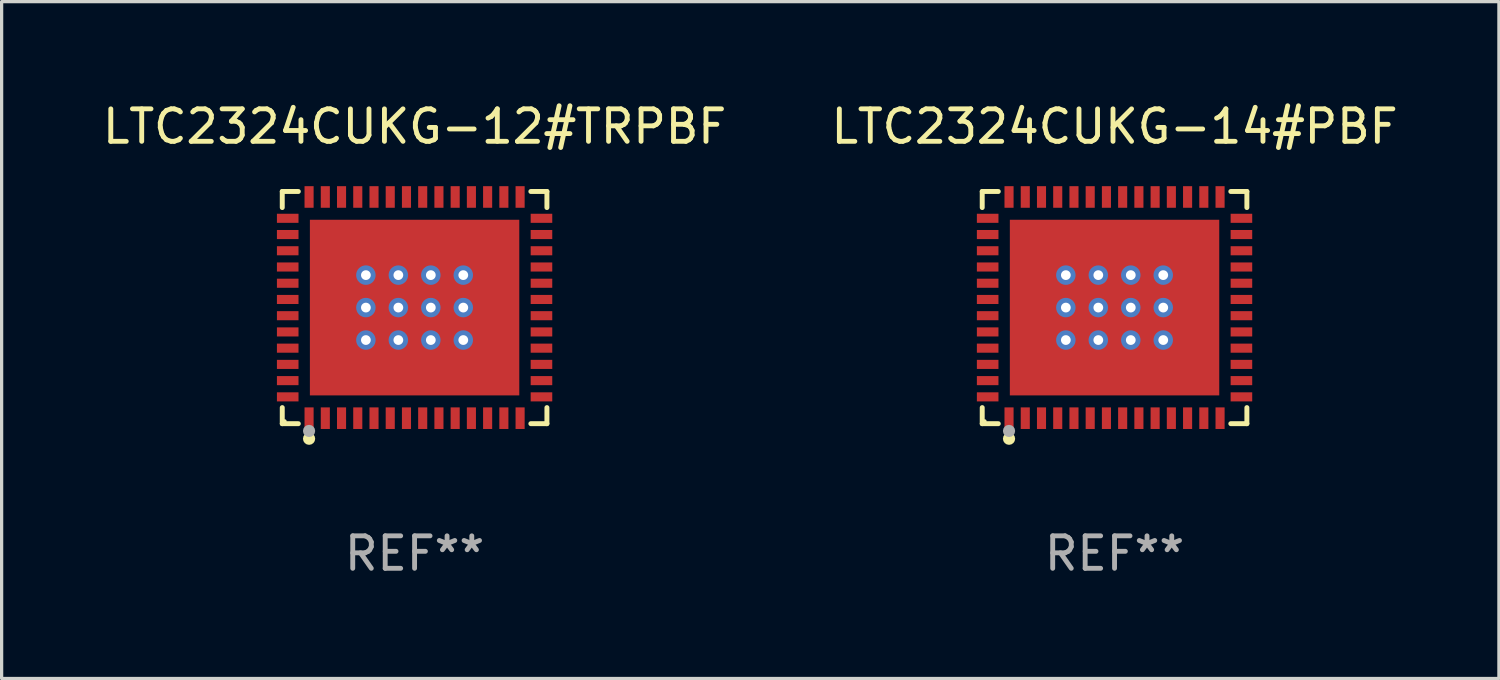
<source format=kicad_pcb>
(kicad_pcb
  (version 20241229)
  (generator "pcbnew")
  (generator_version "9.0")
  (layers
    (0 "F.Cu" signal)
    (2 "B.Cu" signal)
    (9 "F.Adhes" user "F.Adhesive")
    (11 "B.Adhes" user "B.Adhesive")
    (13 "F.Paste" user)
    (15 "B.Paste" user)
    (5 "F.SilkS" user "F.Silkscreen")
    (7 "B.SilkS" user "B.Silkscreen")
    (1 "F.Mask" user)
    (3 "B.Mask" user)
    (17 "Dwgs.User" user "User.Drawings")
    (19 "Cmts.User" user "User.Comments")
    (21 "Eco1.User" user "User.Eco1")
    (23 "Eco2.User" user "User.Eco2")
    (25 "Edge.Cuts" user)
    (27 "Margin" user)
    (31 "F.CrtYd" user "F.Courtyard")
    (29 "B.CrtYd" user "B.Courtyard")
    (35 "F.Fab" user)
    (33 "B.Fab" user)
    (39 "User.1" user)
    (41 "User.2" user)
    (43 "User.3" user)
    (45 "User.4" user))
  (footprint "LTC2324CUKG-14#PBF"
    (layer "F.Cu")
    (at 31.28 6.424)
    (property "Reference" "LTC2324CUKG-14#PBF" (at 0 -5.576 0) (layer "F.SilkS") (effects (font (size 1 1) (thickness 0.15))))
    (attr through_hole)
    (fp_line (start -4.076 -3.576) (end -3.581 -3.576) (stroke (width 0.152) (type solid)) (layer "F.SilkS"))
    (fp_line (start -4.076 -3.081) (end -4.076 -3.576) (stroke (width 0.152) (type solid)) (layer "F.SilkS"))
    (fp_line (start -4.076 3.081) (end -4.076 3.576) (stroke (width 0.152) (type solid)) (layer "F.SilkS"))
    (fp_line (start -4.076 3.576) (end -3.581 3.576) (stroke (width 0.152) (type solid)) (layer "F.SilkS"))
    (fp_line (start 4.076 -3.576) (end 3.581 -3.576) (stroke (width 0.152) (type solid)) (layer "F.SilkS"))
    (fp_line (start 4.076 -3.081) (end 4.076 -3.576) (stroke (width 0.152) (type solid)) (layer "F.SilkS"))
    (fp_line (start 4.076 3.081) (end 4.076 3.576) (stroke (width 0.152) (type solid)) (layer "F.SilkS"))
    (fp_line (start 4.076 3.576) (end 3.581 3.576) (stroke (width 0.152) (type solid)) (layer "F.SilkS"))
    (fp_circle (center -4 3.5) (end -3.97 3.5) (stroke (width 0.06) (type solid)) (fill no) (layer "F.SilkS"))
    (fp_circle (center -3.25 4.04) (end -3.156 4.04) (stroke (width 0.188) (type solid)) (fill no) (layer "F.SilkS"))
    (fp_circle (center -3.25 3.8) (end -3.156 3.8) (stroke (width 0.188) (type solid)) (fill no) (layer "F.Fab"))
    (fp_text user "REF**" (at 0 7.576 0) (layer "F.Fab") (effects (font (size 1 1) (thickness 0.15))))
    (pad "1" smd rect (at -3.25 3.407) (size 0.28 0.665) (layers "F.Cu" "F.Mask" "F.Paste"))
    (pad "2" smd rect (at -2.75 3.407) (size 0.28 0.665) (layers "F.Cu" "F.Mask" "F.Paste"))
    (pad "3" smd rect (at -2.25 3.407) (size 0.28 0.665) (layers "F.Cu" "F.Mask" "F.Paste"))
    (pad "4" smd rect (at -1.75 3.407) (size 0.28 0.665) (layers "F.Cu" "F.Mask" "F.Paste"))
    (pad "5" smd rect (at -1.25 3.407) (size 0.28 0.665) (layers "F.Cu" "F.Mask" "F.Paste"))
    (pad "6" smd rect (at -0.75 3.407) (size 0.28 0.665) (layers "F.Cu" "F.Mask" "F.Paste"))
    (pad "7" smd rect (at -0.25 3.407) (size 0.28 0.665) (layers "F.Cu" "F.Mask" "F.Paste"))
    (pad "8" smd rect (at 0.25 3.407) (size 0.28 0.665) (layers "F.Cu" "F.Mask" "F.Paste"))
    (pad "9" smd rect (at 0.75 3.407) (size 0.28 0.665) (layers "F.Cu" "F.Mask" "F.Paste"))
    (pad "10" smd rect (at 1.25 3.407) (size 0.28 0.665) (layers "F.Cu" "F.Mask" "F.Paste"))
    (pad "11" smd rect (at 1.75 3.407) (size 0.28 0.665) (layers "F.Cu" "F.Mask" "F.Paste"))
    (pad "12" smd rect (at 2.25 3.407) (size 0.28 0.665) (layers "F.Cu" "F.Mask" "F.Paste"))
    (pad "13" smd rect (at 2.75 3.407) (size 0.28 0.665) (layers "F.Cu" "F.Mask" "F.Paste"))
    (pad "14" smd rect (at 3.25 3.407) (size 0.28 0.665) (layers "F.Cu" "F.Mask" "F.Paste"))
    (pad "15" smd rect (at 3.908 2.75) (size 0.665 0.28) (layers "F.Cu" "F.Mask" "F.Paste"))
    (pad "16" smd rect (at 3.908 2.25) (size 0.665 0.28) (layers "F.Cu" "F.Mask" "F.Paste"))
    (pad "17" smd rect (at 3.908 1.75) (size 0.665 0.28) (layers "F.Cu" "F.Mask" "F.Paste"))
    (pad "18" smd rect (at 3.908 1.25) (size 0.665 0.28) (layers "F.Cu" "F.Mask" "F.Paste"))
    (pad "19" smd rect (at 3.908 0.75) (size 0.665 0.28) (layers "F.Cu" "F.Mask" "F.Paste"))
    (pad "20" smd rect (at 3.908 0.25) (size 0.665 0.28) (layers "F.Cu" "F.Mask" "F.Paste"))
    (pad "21" smd rect (at 3.908 -0.25) (size 0.665 0.28) (layers "F.Cu" "F.Mask" "F.Paste"))
    (pad "22" smd rect (at 3.908 -0.75) (size 0.665 0.28) (layers "F.Cu" "F.Mask" "F.Paste"))
    (pad "23" smd rect (at 3.908 -1.25) (size 0.665 0.28) (layers "F.Cu" "F.Mask" "F.Paste"))
    (pad "24" smd rect (at 3.908 -1.75) (size 0.665 0.28) (layers "F.Cu" "F.Mask" "F.Paste"))
    (pad "25" smd rect (at 3.908 -2.25) (size 0.665 0.28) (layers "F.Cu" "F.Mask" "F.Paste"))
    (pad "26" smd rect (at 3.908 -2.75) (size 0.665 0.28) (layers "F.Cu" "F.Mask" "F.Paste"))
    (pad "27" smd rect (at 3.25 -3.407) (size 0.28 0.665) (layers "F.Cu" "F.Mask" "F.Paste"))
    (pad "28" smd rect (at 2.75 -3.407) (size 0.28 0.665) (layers "F.Cu" "F.Mask" "F.Paste"))
    (pad "29" smd rect (at 2.25 -3.407) (size 0.28 0.665) (layers "F.Cu" "F.Mask" "F.Paste"))
    (pad "30" smd rect (at 1.75 -3.407) (size 0.28 0.665) (layers "F.Cu" "F.Mask" "F.Paste"))
    (pad "31" smd rect (at 1.25 -3.407) (size 0.28 0.665) (layers "F.Cu" "F.Mask" "F.Paste"))
    (pad "32" smd rect (at 0.75 -3.407) (size 0.28 0.665) (layers "F.Cu" "F.Mask" "F.Paste"))
    (pad "33" smd rect (at 0.25 -3.407) (size 0.28 0.665) (layers "F.Cu" "F.Mask" "F.Paste"))
    (pad "34" smd rect (at -0.25 -3.407) (size 0.28 0.665) (layers "F.Cu" "F.Mask" "F.Paste"))
    (pad "35" smd rect (at -0.75 -3.407) (size 0.28 0.665) (layers "F.Cu" "F.Mask" "F.Paste"))
    (pad "36" smd rect (at -1.25 -3.407) (size 0.28 0.665) (layers "F.Cu" "F.Mask" "F.Paste"))
    (pad "37" smd rect (at -1.75 -3.407) (size 0.28 0.665) (layers "F.Cu" "F.Mask" "F.Paste"))
    (pad "38" smd rect (at -2.25 -3.407) (size 0.28 0.665) (layers "F.Cu" "F.Mask" "F.Paste"))
    (pad "39" smd rect (at -2.75 -3.407) (size 0.28 0.665) (layers "F.Cu" "F.Mask" "F.Paste"))
    (pad "40" smd rect (at -3.25 -3.407) (size 0.28 0.665) (layers "F.Cu" "F.Mask" "F.Paste"))
    (pad "41" smd rect (at -3.908 -2.75) (size 0.665 0.28) (layers "F.Cu" "F.Mask" "F.Paste"))
    (pad "42" smd rect (at -3.908 -2.25) (size 0.665 0.28) (layers "F.Cu" "F.Mask" "F.Paste"))
    (pad "43" smd rect (at -3.908 -1.75) (size 0.665 0.28) (layers "F.Cu" "F.Mask" "F.Paste"))
    (pad "44" smd rect (at -3.908 -1.25) (size 0.665 0.28) (layers "F.Cu" "F.Mask" "F.Paste"))
    (pad "45" smd rect (at -3.908 -0.75) (size 0.665 0.28) (layers "F.Cu" "F.Mask" "F.Paste"))
    (pad "46" smd rect (at -3.908 -0.25) (size 0.665 0.28) (layers "F.Cu" "F.Mask" "F.Paste"))
    (pad "47" smd rect (at -3.908 0.25) (size 0.665 0.28) (layers "F.Cu" "F.Mask" "F.Paste"))
    (pad "48" smd rect (at -3.908 0.75) (size 0.665 0.28) (layers "F.Cu" "F.Mask" "F.Paste"))
    (pad "49" smd rect (at -3.908 1.25) (size 0.665 0.28) (layers "F.Cu" "F.Mask" "F.Paste"))
    (pad "50" smd rect (at -3.908 1.75) (size 0.665 0.28) (layers "F.Cu" "F.Mask" "F.Paste"))
    (pad "51" smd rect (at -3.908 2.25) (size 0.665 0.28) (layers "F.Cu" "F.Mask" "F.Paste"))
    (pad "52" smd rect (at -3.908 2.75) (size 0.665 0.28) (layers "F.Cu" "F.Mask" "F.Paste"))
    (pad "53" thru_hole circle (at -1.5 -1) (size 0.6 0.6) (drill 0.3) (layers "*.Cu" "*.Mask"))
    (pad "53" thru_hole circle (at -1.5 0) (size 0.6 0.6) (drill 0.3) (layers "*.Cu" "*.Mask"))
    (pad "53" thru_hole circle (at -1.5 1) (size 0.6 0.6) (drill 0.3) (layers "*.Cu" "*.Mask"))
    (pad "53" thru_hole circle (at -0.5 -1) (size 0.6 0.6) (drill 0.3) (layers "*.Cu" "*.Mask"))
    (pad "53" thru_hole circle (at -0.5 0) (size 0.6 0.6) (drill 0.3) (layers "*.Cu" "*.Mask"))
    (pad "53" thru_hole circle (at -0.5 1) (size 0.6 0.6) (drill 0.3) (layers "*.Cu" "*.Mask"))
    (pad "53" smd rect (at 0 0) (size 6.45 5.41) (layers "F.Cu" "F.Mask" "F.Paste"))
    (pad "53" thru_hole circle (at 0.5 -1) (size 0.6 0.6) (drill 0.3) (layers "*.Cu" "*.Mask"))
    (pad "53" thru_hole circle (at 0.5 0) (size 0.6 0.6) (drill 0.3) (layers "*.Cu" "*.Mask"))
    (pad "53" thru_hole circle (at 0.5 1) (size 0.6 0.6) (drill 0.3) (layers "*.Cu" "*.Mask"))
    (pad "53" thru_hole circle (at 1.5 -1) (size 0.6 0.6) (drill 0.3) (layers "*.Cu" "*.Mask"))
    (pad "53" thru_hole circle (at 1.5 0) (size 0.6 0.6) (drill 0.3) (layers "*.Cu" "*.Mask"))
    (pad "53" thru_hole circle (at 1.5 1) (size 0.6 0.6) (drill 0.3) (layers "*.Cu" "*.Mask")))
  (footprint "LTC2324CUKG-12#TRPBF"
    (layer "F.Cu")
    (at 9.72 6.424)
    (property "Reference" "LTC2324CUKG-12#TRPBF" (at 0 -5.576 0) (layer "F.SilkS") (effects (font (size 1 1) (thickness 0.15))))
    (attr through_hole)
    (fp_line (start -4.076 -3.576) (end -3.581 -3.576) (stroke (width 0.152) (type solid)) (layer "F.SilkS"))
    (fp_line (start -4.076 -3.081) (end -4.076 -3.576) (stroke (width 0.152) (type solid)) (layer "F.SilkS"))
    (fp_line (start -4.076 3.081) (end -4.076 3.576) (stroke (width 0.152) (type solid)) (layer "F.SilkS"))
    (fp_line (start -4.076 3.576) (end -3.581 3.576) (stroke (width 0.152) (type solid)) (layer "F.SilkS"))
    (fp_line (start 4.076 -3.576) (end 3.581 -3.576) (stroke (width 0.152) (type solid)) (layer "F.SilkS"))
    (fp_line (start 4.076 -3.081) (end 4.076 -3.576) (stroke (width 0.152) (type solid)) (layer "F.SilkS"))
    (fp_line (start 4.076 3.081) (end 4.076 3.576) (stroke (width 0.152) (type solid)) (layer "F.SilkS"))
    (fp_line (start 4.076 3.576) (end 3.581 3.576) (stroke (width 0.152) (type solid)) (layer "F.SilkS"))
    (fp_circle (center -4 3.5) (end -3.97 3.5) (stroke (width 0.06) (type solid)) (fill no) (layer "F.SilkS"))
    (fp_circle (center -3.25 4.04) (end -3.156 4.04) (stroke (width 0.188) (type solid)) (fill no) (layer "F.SilkS"))
    (fp_circle (center -3.25 3.8) (end -3.156 3.8) (stroke (width 0.188) (type solid)) (fill no) (layer "F.Fab"))
    (fp_text user "REF**" (at 0 7.576 0) (layer "F.Fab") (effects (font (size 1 1) (thickness 0.15))))
    (pad "1" smd rect (at -3.25 3.407) (size 0.28 0.665) (layers "F.Cu" "F.Mask" "F.Paste"))
    (pad "2" smd rect (at -2.75 3.407) (size 0.28 0.665) (layers "F.Cu" "F.Mask" "F.Paste"))
    (pad "3" smd rect (at -2.25 3.407) (size 0.28 0.665) (layers "F.Cu" "F.Mask" "F.Paste"))
    (pad "4" smd rect (at -1.75 3.407) (size 0.28 0.665) (layers "F.Cu" "F.Mask" "F.Paste"))
    (pad "5" smd rect (at -1.25 3.407) (size 0.28 0.665) (layers "F.Cu" "F.Mask" "F.Paste"))
    (pad "6" smd rect (at -0.75 3.407) (size 0.28 0.665) (layers "F.Cu" "F.Mask" "F.Paste"))
    (pad "7" smd rect (at -0.25 3.407) (size 0.28 0.665) (layers "F.Cu" "F.Mask" "F.Paste"))
    (pad "8" smd rect (at 0.25 3.407) (size 0.28 0.665) (layers "F.Cu" "F.Mask" "F.Paste"))
    (pad "9" smd rect (at 0.75 3.407) (size 0.28 0.665) (layers "F.Cu" "F.Mask" "F.Paste"))
    (pad "10" smd rect (at 1.25 3.407) (size 0.28 0.665) (layers "F.Cu" "F.Mask" "F.Paste"))
    (pad "11" smd rect (at 1.75 3.407) (size 0.28 0.665) (layers "F.Cu" "F.Mask" "F.Paste"))
    (pad "12" smd rect (at 2.25 3.407) (size 0.28 0.665) (layers "F.Cu" "F.Mask" "F.Paste"))
    (pad "13" smd rect (at 2.75 3.407) (size 0.28 0.665) (layers "F.Cu" "F.Mask" "F.Paste"))
    (pad "14" smd rect (at 3.25 3.407) (size 0.28 0.665) (layers "F.Cu" "F.Mask" "F.Paste"))
    (pad "15" smd rect (at 3.908 2.75) (size 0.665 0.28) (layers "F.Cu" "F.Mask" "F.Paste"))
    (pad "16" smd rect (at 3.908 2.25) (size 0.665 0.28) (layers "F.Cu" "F.Mask" "F.Paste"))
    (pad "17" smd rect (at 3.908 1.75) (size 0.665 0.28) (layers "F.Cu" "F.Mask" "F.Paste"))
    (pad "18" smd rect (at 3.908 1.25) (size 0.665 0.28) (layers "F.Cu" "F.Mask" "F.Paste"))
    (pad "19" smd rect (at 3.908 0.75) (size 0.665 0.28) (layers "F.Cu" "F.Mask" "F.Paste"))
    (pad "20" smd rect (at 3.908 0.25) (size 0.665 0.28) (layers "F.Cu" "F.Mask" "F.Paste"))
    (pad "21" smd rect (at 3.908 -0.25) (size 0.665 0.28) (layers "F.Cu" "F.Mask" "F.Paste"))
    (pad "22" smd rect (at 3.908 -0.75) (size 0.665 0.28) (layers "F.Cu" "F.Mask" "F.Paste"))
    (pad "23" smd rect (at 3.908 -1.25) (size 0.665 0.28) (layers "F.Cu" "F.Mask" "F.Paste"))
    (pad "24" smd rect (at 3.908 -1.75) (size 0.665 0.28) (layers "F.Cu" "F.Mask" "F.Paste"))
    (pad "25" smd rect (at 3.908 -2.25) (size 0.665 0.28) (layers "F.Cu" "F.Mask" "F.Paste"))
    (pad "26" smd rect (at 3.908 -2.75) (size 0.665 0.28) (layers "F.Cu" "F.Mask" "F.Paste"))
    (pad "27" smd rect (at 3.25 -3.407) (size 0.28 0.665) (layers "F.Cu" "F.Mask" "F.Paste"))
    (pad "28" smd rect (at 2.75 -3.407) (size 0.28 0.665) (layers "F.Cu" "F.Mask" "F.Paste"))
    (pad "29" smd rect (at 2.25 -3.407) (size 0.28 0.665) (layers "F.Cu" "F.Mask" "F.Paste"))
    (pad "30" smd rect (at 1.75 -3.407) (size 0.28 0.665) (layers "F.Cu" "F.Mask" "F.Paste"))
    (pad "31" smd rect (at 1.25 -3.407) (size 0.28 0.665) (layers "F.Cu" "F.Mask" "F.Paste"))
    (pad "32" smd rect (at 0.75 -3.407) (size 0.28 0.665) (layers "F.Cu" "F.Mask" "F.Paste"))
    (pad "33" smd rect (at 0.25 -3.407) (size 0.28 0.665) (layers "F.Cu" "F.Mask" "F.Paste"))
    (pad "34" smd rect (at -0.25 -3.407) (size 0.28 0.665) (layers "F.Cu" "F.Mask" "F.Paste"))
    (pad "35" smd rect (at -0.75 -3.407) (size 0.28 0.665) (layers "F.Cu" "F.Mask" "F.Paste"))
    (pad "36" smd rect (at -1.25 -3.407) (size 0.28 0.665) (layers "F.Cu" "F.Mask" "F.Paste"))
    (pad "37" smd rect (at -1.75 -3.407) (size 0.28 0.665) (layers "F.Cu" "F.Mask" "F.Paste"))
    (pad "38" smd rect (at -2.25 -3.407) (size 0.28 0.665) (layers "F.Cu" "F.Mask" "F.Paste"))
    (pad "39" smd rect (at -2.75 -3.407) (size 0.28 0.665) (layers "F.Cu" "F.Mask" "F.Paste"))
    (pad "40" smd rect (at -3.25 -3.407) (size 0.28 0.665) (layers "F.Cu" "F.Mask" "F.Paste"))
    (pad "41" smd rect (at -3.908 -2.75) (size 0.665 0.28) (layers "F.Cu" "F.Mask" "F.Paste"))
    (pad "42" smd rect (at -3.908 -2.25) (size 0.665 0.28) (layers "F.Cu" "F.Mask" "F.Paste"))
    (pad "43" smd rect (at -3.908 -1.75) (size 0.665 0.28) (layers "F.Cu" "F.Mask" "F.Paste"))
    (pad "44" smd rect (at -3.908 -1.25) (size 0.665 0.28) (layers "F.Cu" "F.Mask" "F.Paste"))
    (pad "45" smd rect (at -3.908 -0.75) (size 0.665 0.28) (layers "F.Cu" "F.Mask" "F.Paste"))
    (pad "46" smd rect (at -3.908 -0.25) (size 0.665 0.28) (layers "F.Cu" "F.Mask" "F.Paste"))
    (pad "47" smd rect (at -3.908 0.25) (size 0.665 0.28) (layers "F.Cu" "F.Mask" "F.Paste"))
    (pad "48" smd rect (at -3.908 0.75) (size 0.665 0.28) (layers "F.Cu" "F.Mask" "F.Paste"))
    (pad "49" smd rect (at -3.908 1.25) (size 0.665 0.28) (layers "F.Cu" "F.Mask" "F.Paste"))
    (pad "50" smd rect (at -3.908 1.75) (size 0.665 0.28) (layers "F.Cu" "F.Mask" "F.Paste"))
    (pad "51" smd rect (at -3.908 2.25) (size 0.665 0.28) (layers "F.Cu" "F.Mask" "F.Paste"))
    (pad "52" smd rect (at -3.908 2.75) (size 0.665 0.28) (layers "F.Cu" "F.Mask" "F.Paste"))
    (pad "53" thru_hole circle (at -1.5 -1) (size 0.6 0.6) (drill 0.3) (layers "*.Cu" "*.Mask"))
    (pad "53" thru_hole circle (at -1.5 0) (size 0.6 0.6) (drill 0.3) (layers "*.Cu" "*.Mask"))
    (pad "53" thru_hole circle (at -1.5 1) (size 0.6 0.6) (drill 0.3) (layers "*.Cu" "*.Mask"))
    (pad "53" thru_hole circle (at -0.5 -1) (size 0.6 0.6) (drill 0.3) (layers "*.Cu" "*.Mask"))
    (pad "53" thru_hole circle (at -0.5 0) (size 0.6 0.6) (drill 0.3) (layers "*.Cu" "*.Mask"))
    (pad "53" thru_hole circle (at -0.5 1) (size 0.6 0.6) (drill 0.3) (layers "*.Cu" "*.Mask"))
    (pad "53" smd rect (at 0 0) (size 6.45 5.41) (layers "F.Cu" "F.Mask" "F.Paste"))
    (pad "53" thru_hole circle (at 0.5 -1) (size 0.6 0.6) (drill 0.3) (layers "*.Cu" "*.Mask"))
    (pad "53" thru_hole circle (at 0.5 0) (size 0.6 0.6) (drill 0.3) (layers "*.Cu" "*.Mask"))
    (pad "53" thru_hole circle (at 0.5 1) (size 0.6 0.6) (drill 0.3) (layers "*.Cu" "*.Mask"))
    (pad "53" thru_hole circle (at 1.5 -1) (size 0.6 0.6) (drill 0.3) (layers "*.Cu" "*.Mask"))
    (pad "53" thru_hole circle (at 1.5 0) (size 0.6 0.6) (drill 0.3) (layers "*.Cu" "*.Mask"))
    (pad "53" thru_hole circle (at 1.5 1) (size 0.6 0.6) (drill 0.3) (layers "*.Cu" "*.Mask")))
  (gr_rect
    (start -3 -3)
    (end 43.119 17.849)
    (stroke (width 0.1) (type default))
    (fill no)
    (layer "Edge.Cuts")))
</source>
